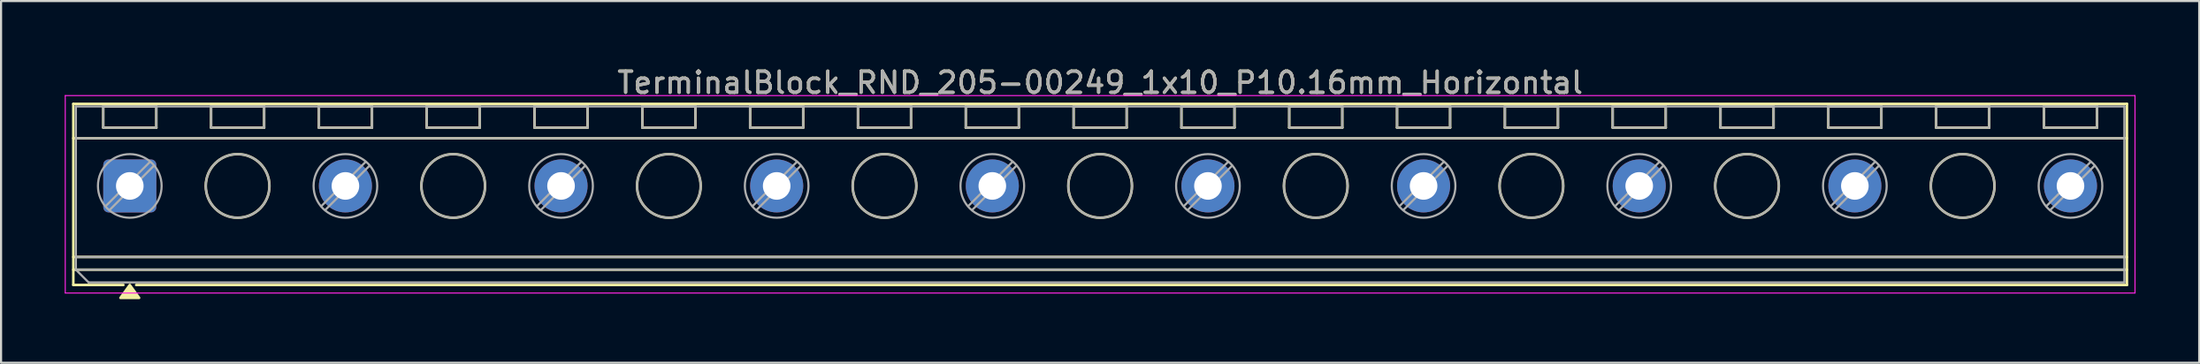
<source format=kicad_pcb>
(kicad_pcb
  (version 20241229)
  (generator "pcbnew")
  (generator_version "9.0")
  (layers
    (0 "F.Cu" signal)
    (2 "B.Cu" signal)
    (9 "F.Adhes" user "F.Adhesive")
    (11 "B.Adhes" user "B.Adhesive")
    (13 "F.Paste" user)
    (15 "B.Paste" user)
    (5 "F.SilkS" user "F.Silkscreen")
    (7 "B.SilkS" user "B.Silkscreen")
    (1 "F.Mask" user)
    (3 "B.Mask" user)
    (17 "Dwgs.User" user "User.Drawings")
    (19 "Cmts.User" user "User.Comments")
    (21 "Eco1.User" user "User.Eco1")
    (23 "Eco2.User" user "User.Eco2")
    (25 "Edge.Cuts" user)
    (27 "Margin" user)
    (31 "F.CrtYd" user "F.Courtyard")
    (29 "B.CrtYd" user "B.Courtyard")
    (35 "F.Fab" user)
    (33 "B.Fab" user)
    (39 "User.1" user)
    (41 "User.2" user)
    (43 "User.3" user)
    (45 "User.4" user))
  (footprint "TerminalBlock_RND_205-00249_1x10_P10.16mm_Horizontal"
    (layer "F.Cu")
    (at 3.065 5.718)
    (property "Reference" "TerminalBlock_RND_205-00249_1x10_P10.16mm_Horizontal" (at 45.72 -4.87 0) (layer "F.SilkS") (effects (font (size 1 1) (thickness 0.15))))
    (attr through_hole)
    (fp_line (start -2.66 -3.87) (end 94.1 -3.87) (stroke (width 0.12) (type solid)) (layer "F.SilkS"))
    (fp_line (start -2.66 -2.25) (end 94.1 -2.25) (stroke (width 0.12) (type solid)) (layer "F.SilkS"))
    (fp_line (start -2.66 3.35) (end 94.1 3.35) (stroke (width 0.12) (type solid)) (layer "F.SilkS"))
    (fp_line (start -2.66 3.95) (end 94.1 3.95) (stroke (width 0.12) (type solid)) (layer "F.SilkS"))
    (fp_line (start -2.66 4.67) (end -2.66 -3.87) (stroke (width 0.12) (type solid)) (layer "F.SilkS"))
    (fp_line (start -1.25 -3.75) (end 1.25 -3.75) (stroke (width 0.12) (type solid)) (layer "F.SilkS"))
    (fp_line (start -1.25 -2.75) (end -1.25 -3.75) (stroke (width 0.12) (type solid)) (layer "F.SilkS"))
    (fp_line (start -0.3 4.67) (end -2.66 4.67) (stroke (width 0.12) (type solid)) (layer "F.SilkS"))
    (fp_line (start 1.25 -3.75) (end 1.25 -2.75) (stroke (width 0.12) (type solid)) (layer "F.SilkS"))
    (fp_line (start 1.25 -2.75) (end -1.25 -2.75) (stroke (width 0.12) (type solid)) (layer "F.SilkS"))
    (fp_line (start 3.83 -3.75) (end 6.33 -3.75) (stroke (width 0.12) (type solid)) (layer "F.SilkS"))
    (fp_line (start 3.83 -2.75) (end 3.83 -3.75) (stroke (width 0.12) (type solid)) (layer "F.SilkS"))
    (fp_line (start 6.33 -3.75) (end 6.33 -2.75) (stroke (width 0.12) (type solid)) (layer "F.SilkS"))
    (fp_line (start 6.33 -2.75) (end 3.83 -2.75) (stroke (width 0.12) (type solid)) (layer "F.SilkS"))
    (fp_line (start 8.91 -3.75) (end 11.41 -3.75) (stroke (width 0.12) (type solid)) (layer "F.SilkS"))
    (fp_line (start 8.91 -2.75) (end 8.91 -3.75) (stroke (width 0.12) (type solid)) (layer "F.SilkS"))
    (fp_line (start 11.41 -3.75) (end 11.41 -2.75) (stroke (width 0.12) (type solid)) (layer "F.SilkS"))
    (fp_line (start 11.41 -2.75) (end 8.91 -2.75) (stroke (width 0.12) (type solid)) (layer "F.SilkS"))
    (fp_line (start 13.99 -3.75) (end 16.49 -3.75) (stroke (width 0.12) (type solid)) (layer "F.SilkS"))
    (fp_line (start 13.99 -2.75) (end 13.99 -3.75) (stroke (width 0.12) (type solid)) (layer "F.SilkS"))
    (fp_line (start 16.49 -3.75) (end 16.49 -2.75) (stroke (width 0.12) (type solid)) (layer "F.SilkS"))
    (fp_line (start 16.49 -2.75) (end 13.99 -2.75) (stroke (width 0.12) (type solid)) (layer "F.SilkS"))
    (fp_line (start 19.07 -3.75) (end 21.57 -3.75) (stroke (width 0.12) (type solid)) (layer "F.SilkS"))
    (fp_line (start 19.07 -2.75) (end 19.07 -3.75) (stroke (width 0.12) (type solid)) (layer "F.SilkS"))
    (fp_line (start 21.57 -3.75) (end 21.57 -2.75) (stroke (width 0.12) (type solid)) (layer "F.SilkS"))
    (fp_line (start 21.57 -2.75) (end 19.07 -2.75) (stroke (width 0.12) (type solid)) (layer "F.SilkS"))
    (fp_line (start 24.15 -3.75) (end 26.65 -3.75) (stroke (width 0.12) (type solid)) (layer "F.SilkS"))
    (fp_line (start 24.15 -2.75) (end 24.15 -3.75) (stroke (width 0.12) (type solid)) (layer "F.SilkS"))
    (fp_line (start 26.65 -3.75) (end 26.65 -2.75) (stroke (width 0.12) (type solid)) (layer "F.SilkS"))
    (fp_line (start 26.65 -2.75) (end 24.15 -2.75) (stroke (width 0.12) (type solid)) (layer "F.SilkS"))
    (fp_line (start 29.23 -3.75) (end 31.73 -3.75) (stroke (width 0.12) (type solid)) (layer "F.SilkS"))
    (fp_line (start 29.23 -2.75) (end 29.23 -3.75) (stroke (width 0.12) (type solid)) (layer "F.SilkS"))
    (fp_line (start 31.73 -3.75) (end 31.73 -2.75) (stroke (width 0.12) (type solid)) (layer "F.SilkS"))
    (fp_line (start 31.73 -2.75) (end 29.23 -2.75) (stroke (width 0.12) (type solid)) (layer "F.SilkS"))
    (fp_line (start 34.31 -3.75) (end 36.81 -3.75) (stroke (width 0.12) (type solid)) (layer "F.SilkS"))
    (fp_line (start 34.31 -2.75) (end 34.31 -3.75) (stroke (width 0.12) (type solid)) (layer "F.SilkS"))
    (fp_line (start 36.81 -3.75) (end 36.81 -2.75) (stroke (width 0.12) (type solid)) (layer "F.SilkS"))
    (fp_line (start 36.81 -2.75) (end 34.31 -2.75) (stroke (width 0.12) (type solid)) (layer "F.SilkS"))
    (fp_line (start 39.39 -3.75) (end 41.89 -3.75) (stroke (width 0.12) (type solid)) (layer "F.SilkS"))
    (fp_line (start 39.39 -2.75) (end 39.39 -3.75) (stroke (width 0.12) (type solid)) (layer "F.SilkS"))
    (fp_line (start 41.89 -3.75) (end 41.89 -2.75) (stroke (width 0.12) (type solid)) (layer "F.SilkS"))
    (fp_line (start 41.89 -2.75) (end 39.39 -2.75) (stroke (width 0.12) (type solid)) (layer "F.SilkS"))
    (fp_line (start 44.47 -3.75) (end 46.97 -3.75) (stroke (width 0.12) (type solid)) (layer "F.SilkS"))
    (fp_line (start 44.47 -2.75) (end 44.47 -3.75) (stroke (width 0.12) (type solid)) (layer "F.SilkS"))
    (fp_line (start 46.97 -3.75) (end 46.97 -2.75) (stroke (width 0.12) (type solid)) (layer "F.SilkS"))
    (fp_line (start 46.97 -2.75) (end 44.47 -2.75) (stroke (width 0.12) (type solid)) (layer "F.SilkS"))
    (fp_line (start 49.55 -3.75) (end 52.05 -3.75) (stroke (width 0.12) (type solid)) (layer "F.SilkS"))
    (fp_line (start 49.55 -2.75) (end 49.55 -3.75) (stroke (width 0.12) (type solid)) (layer "F.SilkS"))
    (fp_line (start 52.05 -3.75) (end 52.05 -2.75) (stroke (width 0.12) (type solid)) (layer "F.SilkS"))
    (fp_line (start 52.05 -2.75) (end 49.55 -2.75) (stroke (width 0.12) (type solid)) (layer "F.SilkS"))
    (fp_line (start 54.63 -3.75) (end 57.13 -3.75) (stroke (width 0.12) (type solid)) (layer "F.SilkS"))
    (fp_line (start 54.63 -2.75) (end 54.63 -3.75) (stroke (width 0.12) (type solid)) (layer "F.SilkS"))
    (fp_line (start 57.13 -3.75) (end 57.13 -2.75) (stroke (width 0.12) (type solid)) (layer "F.SilkS"))
    (fp_line (start 57.13 -2.75) (end 54.63 -2.75) (stroke (width 0.12) (type solid)) (layer "F.SilkS"))
    (fp_line (start 59.71 -3.75) (end 62.21 -3.75) (stroke (width 0.12) (type solid)) (layer "F.SilkS"))
    (fp_line (start 59.71 -2.75) (end 59.71 -3.75) (stroke (width 0.12) (type solid)) (layer "F.SilkS"))
    (fp_line (start 62.21 -3.75) (end 62.21 -2.75) (stroke (width 0.12) (type solid)) (layer "F.SilkS"))
    (fp_line (start 62.21 -2.75) (end 59.71 -2.75) (stroke (width 0.12) (type solid)) (layer "F.SilkS"))
    (fp_line (start 64.79 -3.75) (end 67.29 -3.75) (stroke (width 0.12) (type solid)) (layer "F.SilkS"))
    (fp_line (start 64.79 -2.75) (end 64.79 -3.75) (stroke (width 0.12) (type solid)) (layer "F.SilkS"))
    (fp_line (start 67.29 -3.75) (end 67.29 -2.75) (stroke (width 0.12) (type solid)) (layer "F.SilkS"))
    (fp_line (start 67.29 -2.75) (end 64.79 -2.75) (stroke (width 0.12) (type solid)) (layer "F.SilkS"))
    (fp_line (start 69.87 -3.75) (end 72.37 -3.75) (stroke (width 0.12) (type solid)) (layer "F.SilkS"))
    (fp_line (start 69.87 -2.75) (end 69.87 -3.75) (stroke (width 0.12) (type solid)) (layer "F.SilkS"))
    (fp_line (start 72.37 -3.75) (end 72.37 -2.75) (stroke (width 0.12) (type solid)) (layer "F.SilkS"))
    (fp_line (start 72.37 -2.75) (end 69.87 -2.75) (stroke (width 0.12) (type solid)) (layer "F.SilkS"))
    (fp_line (start 74.95 -3.75) (end 77.45 -3.75) (stroke (width 0.12) (type solid)) (layer "F.SilkS"))
    (fp_line (start 74.95 -2.75) (end 74.95 -3.75) (stroke (width 0.12) (type solid)) (layer "F.SilkS"))
    (fp_line (start 77.45 -3.75) (end 77.45 -2.75) (stroke (width 0.12) (type solid)) (layer "F.SilkS"))
    (fp_line (start 77.45 -2.75) (end 74.95 -2.75) (stroke (width 0.12) (type solid)) (layer "F.SilkS"))
    (fp_line (start 80.03 -3.75) (end 82.53 -3.75) (stroke (width 0.12) (type solid)) (layer "F.SilkS"))
    (fp_line (start 80.03 -2.75) (end 80.03 -3.75) (stroke (width 0.12) (type solid)) (layer "F.SilkS"))
    (fp_line (start 82.53 -3.75) (end 82.53 -2.75) (stroke (width 0.12) (type solid)) (layer "F.SilkS"))
    (fp_line (start 82.53 -2.75) (end 80.03 -2.75) (stroke (width 0.12) (type solid)) (layer "F.SilkS"))
    (fp_line (start 85.11 -3.75) (end 87.61 -3.75) (stroke (width 0.12) (type solid)) (layer "F.SilkS"))
    (fp_line (start 85.11 -2.75) (end 85.11 -3.75) (stroke (width 0.12) (type solid)) (layer "F.SilkS"))
    (fp_line (start 87.61 -3.75) (end 87.61 -2.75) (stroke (width 0.12) (type solid)) (layer "F.SilkS"))
    (fp_line (start 87.61 -2.75) (end 85.11 -2.75) (stroke (width 0.12) (type solid)) (layer "F.SilkS"))
    (fp_line (start 90.19 -3.75) (end 92.69 -3.75) (stroke (width 0.12) (type solid)) (layer "F.SilkS"))
    (fp_line (start 90.19 -2.75) (end 90.19 -3.75) (stroke (width 0.12) (type solid)) (layer "F.SilkS"))
    (fp_line (start 92.69 -3.75) (end 92.69 -2.75) (stroke (width 0.12) (type solid)) (layer "F.SilkS"))
    (fp_line (start 92.69 -2.75) (end 90.19 -2.75) (stroke (width 0.12) (type solid)) (layer "F.SilkS"))
    (fp_line (start 94.1 -3.87) (end 94.1 4.67) (stroke (width 0.12) (type solid)) (layer "F.SilkS"))
    (fp_line (start 94.1 4.67) (end 0.3 4.67) (stroke (width 0.12) (type solid)) (layer "F.SilkS"))
    (fp_circle (center 5.08 0) (end 6.58 0) (stroke (width 0.12) (type solid)) (fill no) (layer "F.SilkS"))
    (fp_circle (center 15.24 0) (end 16.74 0) (stroke (width 0.12) (type solid)) (fill no) (layer "F.SilkS"))
    (fp_circle (center 25.4 0) (end 26.9 0) (stroke (width 0.12) (type solid)) (fill no) (layer "F.SilkS"))
    (fp_circle (center 35.56 0) (end 37.06 0) (stroke (width 0.12) (type solid)) (fill no) (layer "F.SilkS"))
    (fp_circle (center 45.72 0) (end 47.22 0) (stroke (width 0.12) (type solid)) (fill no) (layer "F.SilkS"))
    (fp_circle (center 55.88 0) (end 57.38 0) (stroke (width 0.12) (type solid)) (fill no) (layer "F.SilkS"))
    (fp_circle (center 66.04 0) (end 67.54 0) (stroke (width 0.12) (type solid)) (fill no) (layer "F.SilkS"))
    (fp_circle (center 76.2 0) (end 77.7 0) (stroke (width 0.12) (type solid)) (fill no) (layer "F.SilkS"))
    (fp_circle (center 86.36 0) (end 87.86 0) (stroke (width 0.12) (type solid)) (fill no) (layer "F.SilkS"))
    (fp_poly (pts (xy 0 4.67) (xy 0.44 5.28) (xy -0.44 5.28)) (stroke (width 0.12) (type solid)) (fill yes) (layer "F.SilkS"))
    (fp_line (start -3.04 -4.26) (end -3.04 5.05) (stroke (width 0.05) (type solid)) (layer "F.CrtYd"))
    (fp_line (start -3.04 5.05) (end 94.48 5.05) (stroke (width 0.05) (type solid)) (layer "F.CrtYd"))
    (fp_line (start 94.48 -4.26) (end -3.04 -4.26) (stroke (width 0.05) (type solid)) (layer "F.CrtYd"))
    (fp_line (start 94.48 5.05) (end 94.48 -4.26) (stroke (width 0.05) (type solid)) (layer "F.CrtYd"))
    (fp_line (start -2.54 -3.75) (end 93.98 -3.75) (stroke (width 0.1) (type solid)) (layer "F.Fab"))
    (fp_line (start -2.54 -2.25) (end 93.98 -2.25) (stroke (width 0.1) (type solid)) (layer "F.Fab"))
    (fp_line (start -2.54 3.35) (end 93.98 3.35) (stroke (width 0.1) (type solid)) (layer "F.Fab"))
    (fp_line (start -2.54 3.95) (end -2.54 -3.75) (stroke (width 0.1) (type solid)) (layer "F.Fab"))
    (fp_line (start -2.54 3.95) (end 93.98 3.95) (stroke (width 0.1) (type solid)) (layer "F.Fab"))
    (fp_line (start -1.94 4.55) (end -2.54 3.95) (stroke (width 0.1) (type solid)) (layer "F.Fab"))
    (fp_line (start -1.25 -3.75) (end -1.25 -2.75) (stroke (width 0.1) (type solid)) (layer "F.Fab"))
    (fp_line (start -1.25 -2.75) (end 1.25 -2.75) (stroke (width 0.1) (type solid)) (layer "F.Fab"))
    (fp_line (start 0.955 -1.138) (end -1.138 0.955) (stroke (width 0.1) (type solid)) (layer "F.Fab"))
    (fp_line (start 1.138 -0.955) (end -0.955 1.138) (stroke (width 0.1) (type solid)) (layer "F.Fab"))
    (fp_line (start 1.25 -3.75) (end -1.25 -3.75) (stroke (width 0.1) (type solid)) (layer "F.Fab"))
    (fp_line (start 1.25 -2.75) (end 1.25 -3.75) (stroke (width 0.1) (type solid)) (layer "F.Fab"))
    (fp_line (start 3.83 -3.75) (end 3.83 -2.75) (stroke (width 0.1) (type solid)) (layer "F.Fab"))
    (fp_line (start 3.83 -2.75) (end 6.33 -2.75) (stroke (width 0.1) (type solid)) (layer "F.Fab"))
    (fp_line (start 6.33 -3.75) (end 3.83 -3.75) (stroke (width 0.1) (type solid)) (layer "F.Fab"))
    (fp_line (start 6.33 -2.75) (end 6.33 -3.75) (stroke (width 0.1) (type solid)) (layer "F.Fab"))
    (fp_line (start 8.91 -3.75) (end 8.91 -2.75) (stroke (width 0.1) (type solid)) (layer "F.Fab"))
    (fp_line (start 8.91 -2.75) (end 11.41 -2.75) (stroke (width 0.1) (type solid)) (layer "F.Fab"))
    (fp_line (start 11.115 -1.138) (end 9.022 0.955) (stroke (width 0.1) (type solid)) (layer "F.Fab"))
    (fp_line (start 11.298 -0.955) (end 9.205 1.138) (stroke (width 0.1) (type solid)) (layer "F.Fab"))
    (fp_line (start 11.41 -3.75) (end 8.91 -3.75) (stroke (width 0.1) (type solid)) (layer "F.Fab"))
    (fp_line (start 11.41 -2.75) (end 11.41 -3.75) (stroke (width 0.1) (type solid)) (layer "F.Fab"))
    (fp_line (start 13.99 -3.75) (end 13.99 -2.75) (stroke (width 0.1) (type solid)) (layer "F.Fab"))
    (fp_line (start 13.99 -2.75) (end 16.49 -2.75) (stroke (width 0.1) (type solid)) (layer "F.Fab"))
    (fp_line (start 16.49 -3.75) (end 13.99 -3.75) (stroke (width 0.1) (type solid)) (layer "F.Fab"))
    (fp_line (start 16.49 -2.75) (end 16.49 -3.75) (stroke (width 0.1) (type solid)) (layer "F.Fab"))
    (fp_line (start 19.07 -3.75) (end 19.07 -2.75) (stroke (width 0.1) (type solid)) (layer "F.Fab"))
    (fp_line (start 19.07 -2.75) (end 21.57 -2.75) (stroke (width 0.1) (type solid)) (layer "F.Fab"))
    (fp_line (start 21.275 -1.138) (end 19.182 0.955) (stroke (width 0.1) (type solid)) (layer "F.Fab"))
    (fp_line (start 21.458 -0.955) (end 19.365 1.138) (stroke (width 0.1) (type solid)) (layer "F.Fab"))
    (fp_line (start 21.57 -3.75) (end 19.07 -3.75) (stroke (width 0.1) (type solid)) (layer "F.Fab"))
    (fp_line (start 21.57 -2.75) (end 21.57 -3.75) (stroke (width 0.1) (type solid)) (layer "F.Fab"))
    (fp_line (start 24.15 -3.75) (end 24.15 -2.75) (stroke (width 0.1) (type solid)) (layer "F.Fab"))
    (fp_line (start 24.15 -2.75) (end 26.65 -2.75) (stroke (width 0.1) (type solid)) (layer "F.Fab"))
    (fp_line (start 26.65 -3.75) (end 24.15 -3.75) (stroke (width 0.1) (type solid)) (layer "F.Fab"))
    (fp_line (start 26.65 -2.75) (end 26.65 -3.75) (stroke (width 0.1) (type solid)) (layer "F.Fab"))
    (fp_line (start 29.23 -3.75) (end 29.23 -2.75) (stroke (width 0.1) (type solid)) (layer "F.Fab"))
    (fp_line (start 29.23 -2.75) (end 31.73 -2.75) (stroke (width 0.1) (type solid)) (layer "F.Fab"))
    (fp_line (start 31.435 -1.138) (end 29.342 0.955) (stroke (width 0.1) (type solid)) (layer "F.Fab"))
    (fp_line (start 31.618 -0.955) (end 29.525 1.138) (stroke (width 0.1) (type solid)) (layer "F.Fab"))
    (fp_line (start 31.73 -3.75) (end 29.23 -3.75) (stroke (width 0.1) (type solid)) (layer "F.Fab"))
    (fp_line (start 31.73 -2.75) (end 31.73 -3.75) (stroke (width 0.1) (type solid)) (layer "F.Fab"))
    (fp_line (start 34.31 -3.75) (end 34.31 -2.75) (stroke (width 0.1) (type solid)) (layer "F.Fab"))
    (fp_line (start 34.31 -2.75) (end 36.81 -2.75) (stroke (width 0.1) (type solid)) (layer "F.Fab"))
    (fp_line (start 36.81 -3.75) (end 34.31 -3.75) (stroke (width 0.1) (type solid)) (layer "F.Fab"))
    (fp_line (start 36.81 -2.75) (end 36.81 -3.75) (stroke (width 0.1) (type solid)) (layer "F.Fab"))
    (fp_line (start 39.39 -3.75) (end 39.39 -2.75) (stroke (width 0.1) (type solid)) (layer "F.Fab"))
    (fp_line (start 39.39 -2.75) (end 41.89 -2.75) (stroke (width 0.1) (type solid)) (layer "F.Fab"))
    (fp_line (start 41.595 -1.138) (end 39.502 0.955) (stroke (width 0.1) (type solid)) (layer "F.Fab"))
    (fp_line (start 41.778 -0.955) (end 39.685 1.138) (stroke (width 0.1) (type solid)) (layer "F.Fab"))
    (fp_line (start 41.89 -3.75) (end 39.39 -3.75) (stroke (width 0.1) (type solid)) (layer "F.Fab"))
    (fp_line (start 41.89 -2.75) (end 41.89 -3.75) (stroke (width 0.1) (type solid)) (layer "F.Fab"))
    (fp_line (start 44.47 -3.75) (end 44.47 -2.75) (stroke (width 0.1) (type solid)) (layer "F.Fab"))
    (fp_line (start 44.47 -2.75) (end 46.97 -2.75) (stroke (width 0.1) (type solid)) (layer "F.Fab"))
    (fp_line (start 46.97 -3.75) (end 44.47 -3.75) (stroke (width 0.1) (type solid)) (layer "F.Fab"))
    (fp_line (start 46.97 -2.75) (end 46.97 -3.75) (stroke (width 0.1) (type solid)) (layer "F.Fab"))
    (fp_line (start 49.55 -3.75) (end 49.55 -2.75) (stroke (width 0.1) (type solid)) (layer "F.Fab"))
    (fp_line (start 49.55 -2.75) (end 52.05 -2.75) (stroke (width 0.1) (type solid)) (layer "F.Fab"))
    (fp_line (start 51.755 -1.138) (end 49.662 0.955) (stroke (width 0.1) (type solid)) (layer "F.Fab"))
    (fp_line (start 51.938 -0.955) (end 49.845 1.138) (stroke (width 0.1) (type solid)) (layer "F.Fab"))
    (fp_line (start 52.05 -3.75) (end 49.55 -3.75) (stroke (width 0.1) (type solid)) (layer "F.Fab"))
    (fp_line (start 52.05 -2.75) (end 52.05 -3.75) (stroke (width 0.1) (type solid)) (layer "F.Fab"))
    (fp_line (start 54.63 -3.75) (end 54.63 -2.75) (stroke (width 0.1) (type solid)) (layer "F.Fab"))
    (fp_line (start 54.63 -2.75) (end 57.13 -2.75) (stroke (width 0.1) (type solid)) (layer "F.Fab"))
    (fp_line (start 57.13 -3.75) (end 54.63 -3.75) (stroke (width 0.1) (type solid)) (layer "F.Fab"))
    (fp_line (start 57.13 -2.75) (end 57.13 -3.75) (stroke (width 0.1) (type solid)) (layer "F.Fab"))
    (fp_line (start 59.71 -3.75) (end 59.71 -2.75) (stroke (width 0.1) (type solid)) (layer "F.Fab"))
    (fp_line (start 59.71 -2.75) (end 62.21 -2.75) (stroke (width 0.1) (type solid)) (layer "F.Fab"))
    (fp_line (start 61.915 -1.138) (end 59.822 0.955) (stroke (width 0.1) (type solid)) (layer "F.Fab"))
    (fp_line (start 62.098 -0.955) (end 60.005 1.138) (stroke (width 0.1) (type solid)) (layer "F.Fab"))
    (fp_line (start 62.21 -3.75) (end 59.71 -3.75) (stroke (width 0.1) (type solid)) (layer "F.Fab"))
    (fp_line (start 62.21 -2.75) (end 62.21 -3.75) (stroke (width 0.1) (type solid)) (layer "F.Fab"))
    (fp_line (start 64.79 -3.75) (end 64.79 -2.75) (stroke (width 0.1) (type solid)) (layer "F.Fab"))
    (fp_line (start 64.79 -2.75) (end 67.29 -2.75) (stroke (width 0.1) (type solid)) (layer "F.Fab"))
    (fp_line (start 67.29 -3.75) (end 64.79 -3.75) (stroke (width 0.1) (type solid)) (layer "F.Fab"))
    (fp_line (start 67.29 -2.75) (end 67.29 -3.75) (stroke (width 0.1) (type solid)) (layer "F.Fab"))
    (fp_line (start 69.87 -3.75) (end 69.87 -2.75) (stroke (width 0.1) (type solid)) (layer "F.Fab"))
    (fp_line (start 69.87 -2.75) (end 72.37 -2.75) (stroke (width 0.1) (type solid)) (layer "F.Fab"))
    (fp_line (start 72.075 -1.138) (end 69.982 0.955) (stroke (width 0.1) (type solid)) (layer "F.Fab"))
    (fp_line (start 72.258 -0.955) (end 70.165 1.138) (stroke (width 0.1) (type solid)) (layer "F.Fab"))
    (fp_line (start 72.37 -3.75) (end 69.87 -3.75) (stroke (width 0.1) (type solid)) (layer "F.Fab"))
    (fp_line (start 72.37 -2.75) (end 72.37 -3.75) (stroke (width 0.1) (type solid)) (layer "F.Fab"))
    (fp_line (start 74.95 -3.75) (end 74.95 -2.75) (stroke (width 0.1) (type solid)) (layer "F.Fab"))
    (fp_line (start 74.95 -2.75) (end 77.45 -2.75) (stroke (width 0.1) (type solid)) (layer "F.Fab"))
    (fp_line (start 77.45 -3.75) (end 74.95 -3.75) (stroke (width 0.1) (type solid)) (layer "F.Fab"))
    (fp_line (start 77.45 -2.75) (end 77.45 -3.75) (stroke (width 0.1) (type solid)) (layer "F.Fab"))
    (fp_line (start 80.03 -3.75) (end 80.03 -2.75) (stroke (width 0.1) (type solid)) (layer "F.Fab"))
    (fp_line (start 80.03 -2.75) (end 82.53 -2.75) (stroke (width 0.1) (type solid)) (layer "F.Fab"))
    (fp_line (start 82.235 -1.138) (end 80.142 0.955) (stroke (width 0.1) (type solid)) (layer "F.Fab"))
    (fp_line (start 82.418 -0.955) (end 80.325 1.138) (stroke (width 0.1) (type solid)) (layer "F.Fab"))
    (fp_line (start 82.53 -3.75) (end 80.03 -3.75) (stroke (width 0.1) (type solid)) (layer "F.Fab"))
    (fp_line (start 82.53 -2.75) (end 82.53 -3.75) (stroke (width 0.1) (type solid)) (layer "F.Fab"))
    (fp_line (start 85.11 -3.75) (end 85.11 -2.75) (stroke (width 0.1) (type solid)) (layer "F.Fab"))
    (fp_line (start 85.11 -2.75) (end 87.61 -2.75) (stroke (width 0.1) (type solid)) (layer "F.Fab"))
    (fp_line (start 87.61 -3.75) (end 85.11 -3.75) (stroke (width 0.1) (type solid)) (layer "F.Fab"))
    (fp_line (start 87.61 -2.75) (end 87.61 -3.75) (stroke (width 0.1) (type solid)) (layer "F.Fab"))
    (fp_line (start 90.19 -3.75) (end 90.19 -2.75) (stroke (width 0.1) (type solid)) (layer "F.Fab"))
    (fp_line (start 90.19 -2.75) (end 92.69 -2.75) (stroke (width 0.1) (type solid)) (layer "F.Fab"))
    (fp_line (start 92.395 -1.138) (end 90.302 0.955) (stroke (width 0.1) (type solid)) (layer "F.Fab"))
    (fp_line (start 92.578 -0.955) (end 90.485 1.138) (stroke (width 0.1) (type solid)) (layer "F.Fab"))
    (fp_line (start 92.69 -3.75) (end 90.19 -3.75) (stroke (width 0.1) (type solid)) (layer "F.Fab"))
    (fp_line (start 92.69 -2.75) (end 92.69 -3.75) (stroke (width 0.1) (type solid)) (layer "F.Fab"))
    (fp_line (start 93.98 -3.75) (end 93.98 4.55) (stroke (width 0.1) (type solid)) (layer "F.Fab"))
    (fp_line (start 93.98 4.55) (end -1.94 4.55) (stroke (width 0.1) (type solid)) (layer "F.Fab"))
    (fp_circle (center 0 0) (end 1.5 0) (stroke (width 0.1) (type solid)) (fill no) (layer "F.Fab"))
    (fp_circle (center 5.08 0) (end 6.58 0) (stroke (width 0.1) (type solid)) (fill no) (layer "F.Fab"))
    (fp_circle (center 10.16 0) (end 11.66 0) (stroke (width 0.1) (type solid)) (fill no) (layer "F.Fab"))
    (fp_circle (center 15.24 0) (end 16.74 0) (stroke (width 0.1) (type solid)) (fill no) (layer "F.Fab"))
    (fp_circle (center 20.32 0) (end 21.82 0) (stroke (width 0.1) (type solid)) (fill no) (layer "F.Fab"))
    (fp_circle (center 25.4 0) (end 26.9 0) (stroke (width 0.1) (type solid)) (fill no) (layer "F.Fab"))
    (fp_circle (center 30.48 0) (end 31.98 0) (stroke (width 0.1) (type solid)) (fill no) (layer "F.Fab"))
    (fp_circle (center 35.56 0) (end 37.06 0) (stroke (width 0.1) (type solid)) (fill no) (layer "F.Fab"))
    (fp_circle (center 40.64 0) (end 42.14 0) (stroke (width 0.1) (type solid)) (fill no) (layer "F.Fab"))
    (fp_circle (center 45.72 0) (end 47.22 0) (stroke (width 0.1) (type solid)) (fill no) (layer "F.Fab"))
    (fp_circle (center 50.8 0) (end 52.3 0) (stroke (width 0.1) (type solid)) (fill no) (layer "F.Fab"))
    (fp_circle (center 55.88 0) (end 57.38 0) (stroke (width 0.1) (type solid)) (fill no) (layer "F.Fab"))
    (fp_circle (center 60.96 0) (end 62.46 0) (stroke (width 0.1) (type solid)) (fill no) (layer "F.Fab"))
    (fp_circle (center 66.04 0) (end 67.54 0) (stroke (width 0.1) (type solid)) (fill no) (layer "F.Fab"))
    (fp_circle (center 71.12 0) (end 72.62 0) (stroke (width 0.1) (type solid)) (fill no) (layer "F.Fab"))
    (fp_circle (center 76.2 0) (end 77.7 0) (stroke (width 0.1) (type solid)) (fill no) (layer "F.Fab"))
    (fp_circle (center 81.28 0) (end 82.78 0) (stroke (width 0.1) (type solid)) (fill no) (layer "F.Fab"))
    (fp_circle (center 86.36 0) (end 87.86 0) (stroke (width 0.1) (type solid)) (fill no) (layer "F.Fab"))
    (fp_circle (center 91.44 0) (end 92.94 0) (stroke (width 0.1) (type solid)) (fill no) (layer "F.Fab"))
    (fp_text user "${REFERENCE}" (at 45.72 -4.87 0) (layer "F.Fab") (effects (font (size 1 1) (thickness 0.15))))
    (pad "1" thru_hole roundrect (at 0 0) (size 2.5 2.5) (drill 1.3) (layers "*.Cu" "*.Mask") (roundrect_rratio 0.1))
    (pad "2" thru_hole circle (at 10.16 0) (size 2.5 2.5) (drill 1.3) (layers "*.Cu" "*.Mask"))
    (pad "3" thru_hole circle (at 20.32 0) (size 2.5 2.5) (drill 1.3) (layers "*.Cu" "*.Mask"))
    (pad "4" thru_hole circle (at 30.48 0) (size 2.5 2.5) (drill 1.3) (layers "*.Cu" "*.Mask"))
    (pad "5" thru_hole circle (at 40.64 0) (size 2.5 2.5) (drill 1.3) (layers "*.Cu" "*.Mask"))
    (pad "6" thru_hole circle (at 50.8 0) (size 2.5 2.5) (drill 1.3) (layers "*.Cu" "*.Mask"))
    (pad "7" thru_hole circle (at 60.96 0) (size 2.5 2.5) (drill 1.3) (layers "*.Cu" "*.Mask"))
    (pad "8" thru_hole circle (at 71.12 0) (size 2.5 2.5) (drill 1.3) (layers "*.Cu" "*.Mask"))
    (pad "9" thru_hole circle (at 81.28 0) (size 2.5 2.5) (drill 1.3) (layers "*.Cu" "*.Mask"))
    (pad "10" thru_hole circle (at 91.44 0) (size 2.5 2.5) (drill 1.3) (layers "*.Cu" "*.Mask")))
  (gr_rect
    (start -3 -3)
    (end 100.57 14.058)
    (stroke (width 0.1) (type default))
    (fill no)
    (layer "Edge.Cuts")))
</source>
